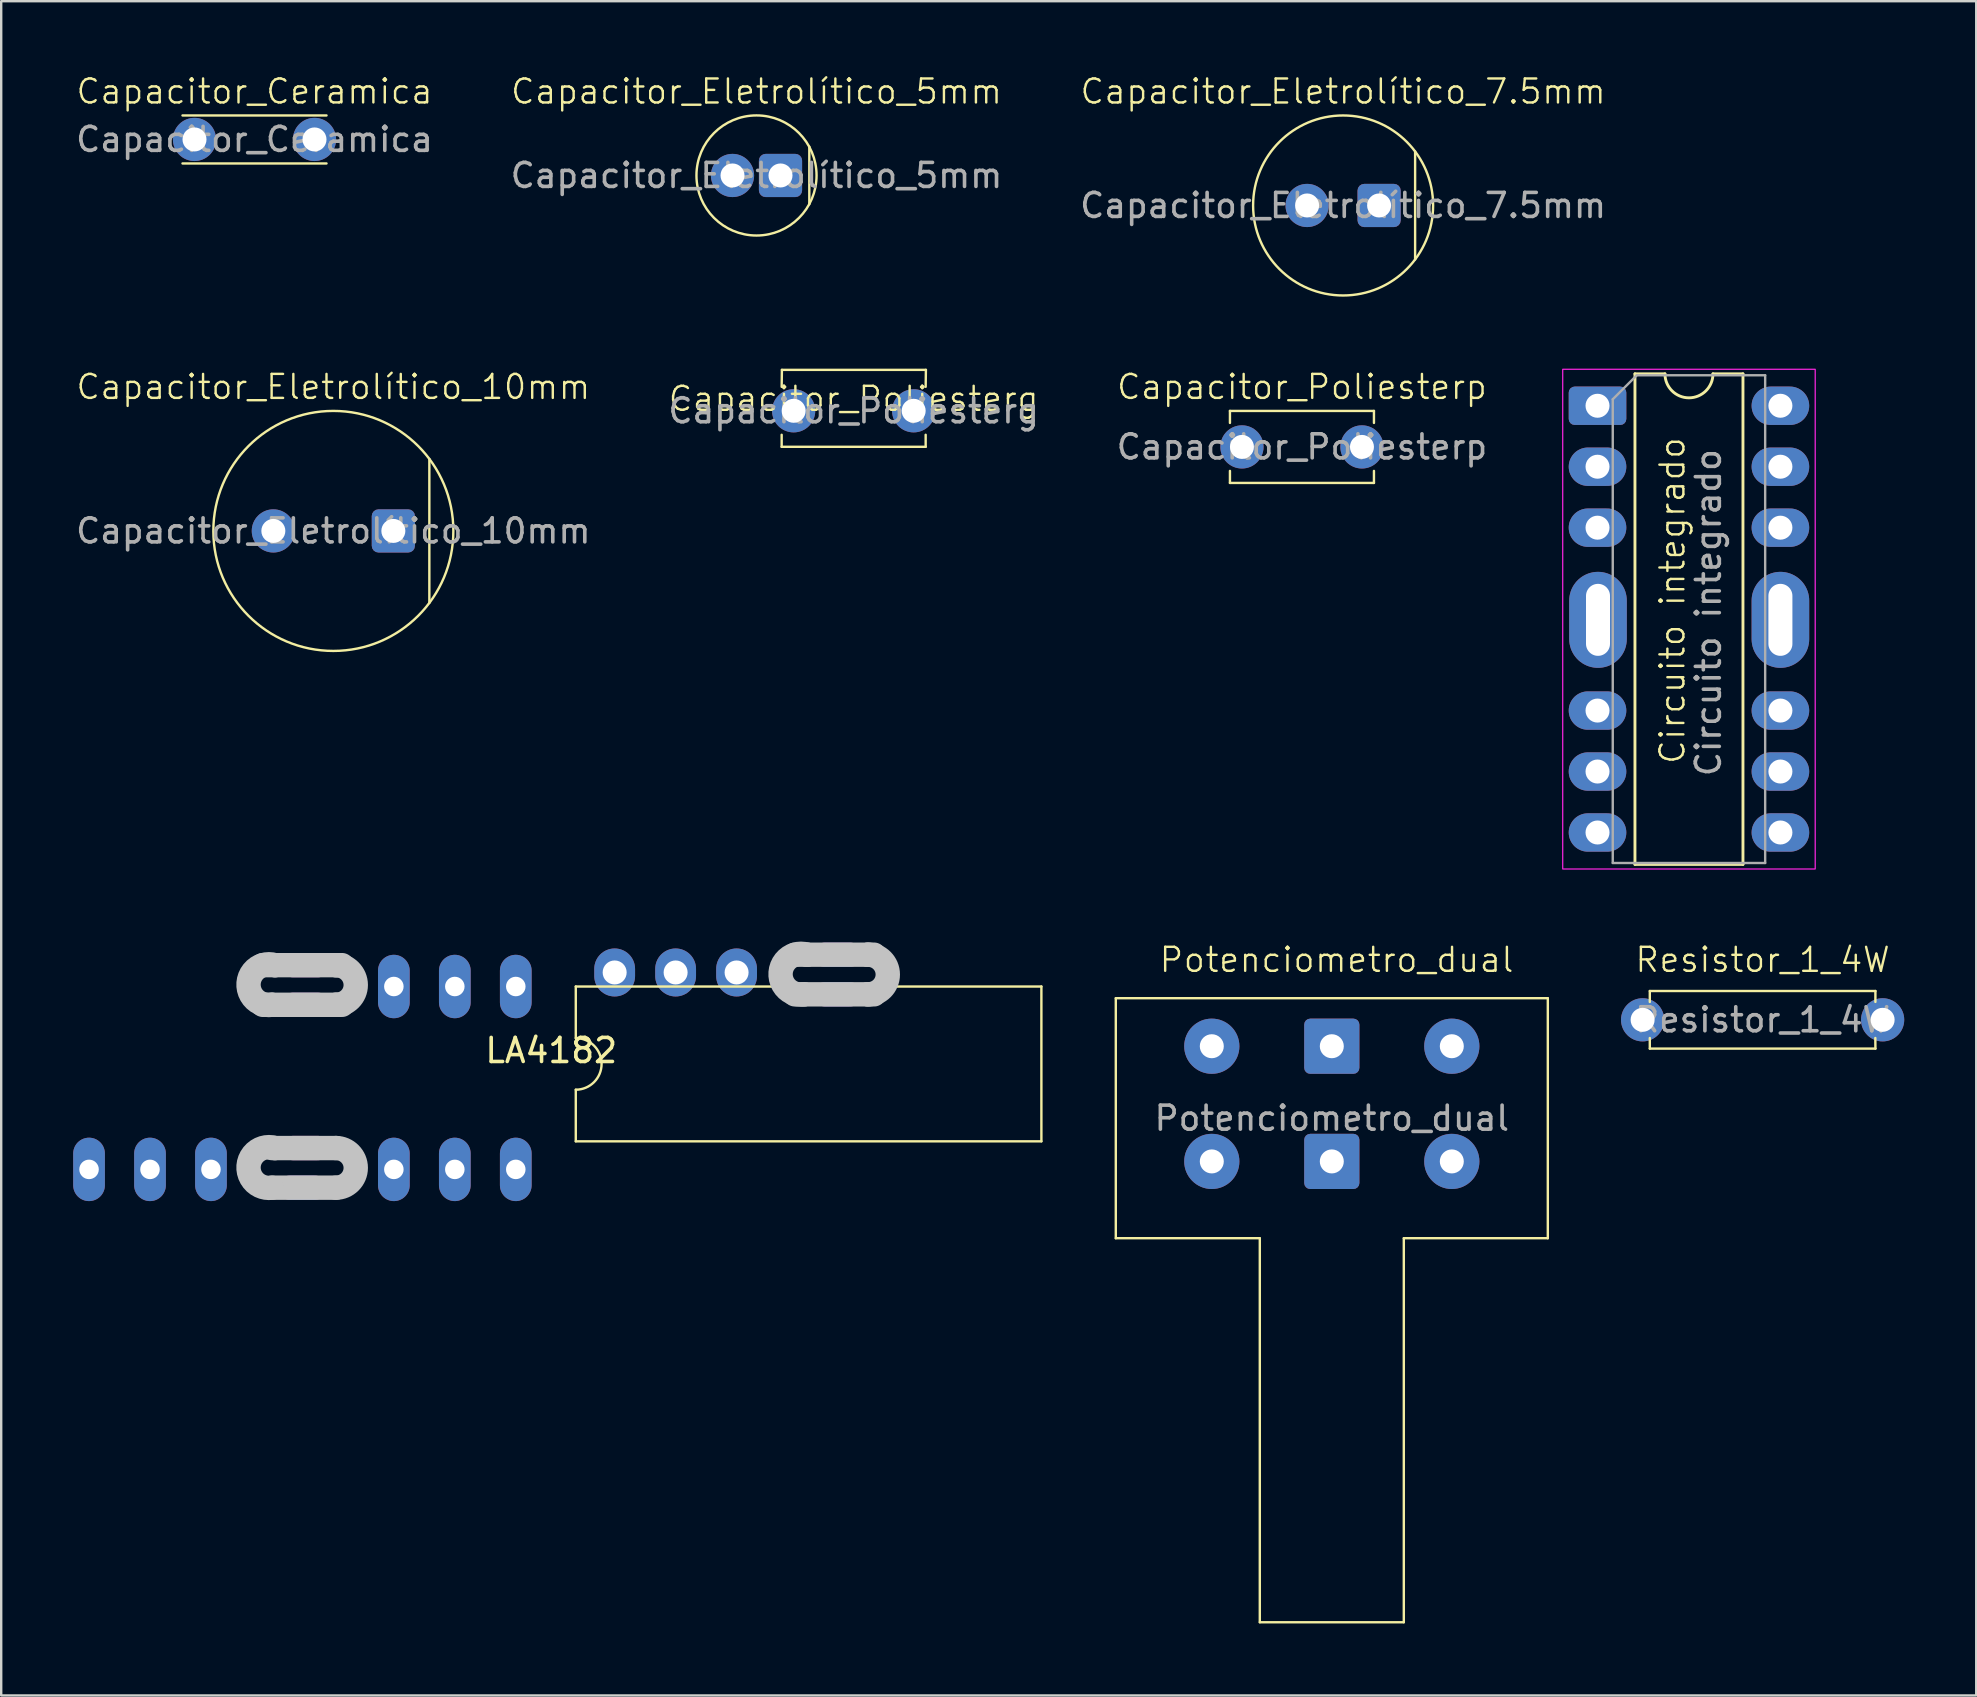
<source format=kicad_pcb>
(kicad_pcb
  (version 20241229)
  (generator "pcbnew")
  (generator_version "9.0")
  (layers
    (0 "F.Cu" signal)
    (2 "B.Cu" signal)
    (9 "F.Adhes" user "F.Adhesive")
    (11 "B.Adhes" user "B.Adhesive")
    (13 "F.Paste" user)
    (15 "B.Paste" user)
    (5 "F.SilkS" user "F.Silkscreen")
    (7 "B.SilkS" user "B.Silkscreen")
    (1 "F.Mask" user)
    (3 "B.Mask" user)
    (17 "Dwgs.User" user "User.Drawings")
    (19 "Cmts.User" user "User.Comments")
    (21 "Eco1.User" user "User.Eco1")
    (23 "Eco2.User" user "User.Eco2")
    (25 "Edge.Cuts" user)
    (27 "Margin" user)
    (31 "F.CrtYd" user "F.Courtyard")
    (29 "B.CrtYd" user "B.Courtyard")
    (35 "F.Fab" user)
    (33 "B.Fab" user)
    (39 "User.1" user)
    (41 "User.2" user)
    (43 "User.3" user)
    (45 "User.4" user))
  (footprint "Capacitor_Eletrolítico_5mm"
    (layer "F.Cu")
    (at 28.47 4.261)
    (property "Reference" "Capacitor_Eletrolítico_5mm" (at 0 -3.5 0) (unlocked yes) (layer "F.SilkS") (effects (font (size 1 1) (thickness 0.1))))
    (attr through_hole)
    (fp_line (start 2.2 1.2) (end 2.2 -1.2) (stroke (width 0.1) (type default)) (layer "F.SilkS"))
    (fp_circle (center 0 0) (end 2.502 0) (stroke (width 0.1) (type solid)) (fill no) (layer "F.SilkS"))
    (fp_text user "${REFERENCE}" (at 0 0 0) (unlocked yes) (layer "F.Fab") (effects (font (size 1 1) (thickness 0.15))))
    (pad "1" thru_hole roundrect (at 1 0 180) (size 1.8 1.8) (drill 1) (layers "*.Cu" "*.Mask") (roundrect_rratio 0.156))
    (pad "2" thru_hole circle (at -1 0 180) (size 1.8 1.8) (drill 1) (layers "*.Cu" "*.Mask")))
  (footprint "Capacitor_Ceramica"
    (layer "F.Cu")
    (at 7.554 2.76)
    (property "Reference" "Capacitor_Ceramica" (at 0 -2 0) (unlocked yes) (layer "F.SilkS") (effects (font (size 1 1) (thickness 0.1))))
    (attr through_hole)
    (fp_line (start -3 -1) (end 3 -1) (stroke (width 0.1) (type default)) (layer "F.SilkS"))
    (fp_line (start 3 1) (end -3 1) (stroke (width 0.1) (type default)) (layer "F.SilkS"))
    (fp_text user "${REFERENCE}" (at 0 0 0) (unlocked yes) (layer "F.Fab") (effects (font (size 1 1) (thickness 0.15))))
    (pad "1" thru_hole circle (at -2.5 0 180) (size 1.8 1.8) (drill 1) (layers "*.Cu" "*.Mask"))
    (pad "2" thru_hole circle (at 2.5 0 180) (size 1.8 1.8) (drill 1) (layers "*.Cu" "*.Mask")))
  (footprint "Resistor_1_4W"
    (layer "F.Cu")
    (at 70.39 39.441)
    (property "Reference" "Resistor_1_4W" (at 0 -2.5 0) (unlocked yes) (layer "F.SilkS") (effects (font (size 1 1) (thickness 0.1))))
    (attr through_hole)
    (fp_line (start -4.7 -1.2) (end -4.701 -0.744) (stroke (width 0.1) (type default)) (layer "F.SilkS"))
    (fp_line (start -4.7 -1.2) (end 4.7 -1.2) (stroke (width 0.1) (type default)) (layer "F.SilkS"))
    (fp_line (start -4.7 1.2) (end -4.701 0.759) (stroke (width 0.1) (type default)) (layer "F.SilkS"))
    (fp_line (start 4.7 -1.2) (end 4.699 -0.747) (stroke (width 0.1) (type default)) (layer "F.SilkS"))
    (fp_line (start 4.7 1.2) (end -4.7 1.2) (stroke (width 0.1) (type default)) (layer "F.SilkS"))
    (fp_line (start 4.7 1.2) (end 4.696 0.758) (stroke (width 0.1) (type default)) (layer "F.SilkS"))
    (fp_text user "${REFERENCE}" (at 0 0 0) (unlocked yes) (layer "F.Fab") (effects (font (size 1 1) (thickness 0.15))))
    (pad "1" thru_hole circle (at -5 0 180) (size 1.8 1.8) (drill 1) (layers "*.Cu" "*.Mask"))
    (pad "2" thru_hole circle (at 5 0 180) (size 1.8 1.8) (drill 1) (layers "*.Cu" "*.Mask")))
  (footprint "Capacitor_Poliesterp"
    (layer "F.Cu")
    (at 51.196 15.571)
    (property "Reference" "Capacitor_Poliesterp" (at 0 -2.5 0) (unlocked yes) (layer "F.SilkS") (effects (font (size 1 1) (thickness 0.1))))
    (attr smd)
    (fp_line (start -3 -1.5) (end -3 -1) (stroke (width 0.1) (type default)) (layer "F.SilkS"))
    (fp_line (start -3 -1.5) (end 3 -1.5) (stroke (width 0.1) (type default)) (layer "F.SilkS"))
    (fp_line (start -3 1.5) (end -3 1) (stroke (width 0.1) (type default)) (layer "F.SilkS"))
    (fp_line (start 3 -1.5) (end 3 -1) (stroke (width 0.1) (type default)) (layer "F.SilkS"))
    (fp_line (start 3 1.5) (end -3 1.5) (stroke (width 0.1) (type default)) (layer "F.SilkS"))
    (fp_line (start 3 1.5) (end 3 1) (stroke (width 0.1) (type default)) (layer "F.SilkS"))
    (fp_text user "${REFERENCE}" (at 0 0 0) (unlocked yes) (layer "F.Fab") (effects (font (size 1 1) (thickness 0.15))))
    (pad "1" thru_hole circle (at -2.5 0 180) (size 1.8 1.8) (drill 1) (layers "*.Cu" "*.Mask"))
    (pad "2" thru_hole circle (at 2.5 0 180) (size 1.8 1.8) (drill 1) (layers "*.Cu" "*.Mask")))
  (footprint "Capacitor_Eletrolítico_7.5mm"
    (layer "F.Cu")
    (at 52.911 5.511)
    (property "Reference" "Capacitor_Eletrolítico_7.5mm" (at 0 -4.75 0) (unlocked yes) (layer "F.SilkS") (effects (font (size 1 1) (thickness 0.1))))
    (attr through_hole)
    (fp_line (start 3 2.25) (end 3 -2.25) (stroke (width 0.1) (type default)) (layer "F.SilkS"))
    (fp_circle (center 0 0) (end 3.75 0) (stroke (width 0.1) (type solid)) (fill no) (layer "F.SilkS"))
    (fp_text user "${REFERENCE}" (at 0 0 0) (unlocked yes) (layer "F.Fab") (effects (font (size 1 1) (thickness 0.15))))
    (pad "1" thru_hole roundrect (at 1.5 0 180) (size 1.8 1.8) (drill 1) (layers "*.Cu" "*.Mask") (roundrect_rratio 0.156))
    (pad "2" thru_hole circle (at -1.5 0 180) (size 1.8 1.8) (drill 1) (layers "*.Cu" "*.Mask")))
  (footprint "Potenciometro_dual"
    (layer "F.Cu")
    (at 52.44 43.541)
    (property "Reference" "Potenciometro_dual" (at 0.2 -6.6 0) (unlocked yes) (layer "F.SilkS") (effects (font (size 1 1) (thickness 0.1))))
    (attr through_hole)
    (fp_line (start -9 -5) (end -9 5) (stroke (width 0.1) (type default)) (layer "F.SilkS"))
    (fp_line (start -9 5) (end -3 5) (stroke (width 0.1) (type default)) (layer "F.SilkS"))
    (fp_line (start -3 5) (end -3 21) (stroke (width 0.1) (type default)) (layer "F.SilkS"))
    (fp_line (start -3 21) (end 3 21) (stroke (width 0.1) (type solid)) (layer "F.SilkS"))
    (fp_line (start 3 5) (end 9 5) (stroke (width 0.1) (type default)) (layer "F.SilkS"))
    (fp_line (start 3 21) (end 3 5) (stroke (width 0.1) (type default)) (layer "F.SilkS"))
    (fp_line (start 9 -5) (end -9 -5) (stroke (width 0.1) (type default)) (layer "F.SilkS"))
    (fp_line (start 9 5) (end 9 -5) (stroke (width 0.1) (type default)) (layer "F.SilkS"))
    (fp_text user "${REFERENCE}" (at 0 0 0) (unlocked yes) (layer "F.Fab") (effects (font (size 1 1) (thickness 0.15))))
    (pad "1" thru_hole circle (at -5 1.8 180) (size 2.3 2.3) (drill 1) (layers "*.Cu" "*.Mask"))
    (pad "2" thru_hole roundrect (at 0 1.8 180) (size 2.3 2.3) (drill 1) (layers "*.Cu" "*.Mask") (roundrect_rratio 0.109))
    (pad "3" thru_hole circle (at 5 1.8 180) (size 2.3 2.3) (drill 1) (layers "*.Cu" "*.Mask"))
    (pad "4" thru_hole circle (at -5 -3 180) (size 2.3 2.3) (drill 1) (layers "*.Cu" "*.Mask"))
    (pad "5" thru_hole roundrect (at 0 -3 180) (size 2.3 2.3) (drill 1) (layers "*.Cu" "*.Mask") (roundrect_rratio 0.109))
    (pad "6" thru_hole circle (at 5 -3 180) (size 2.3 2.3) (drill 1) (layers "*.Cu" "*.Mask")))
  (footprint "Circuito integrado"
    (layer "F.Cu")
    (at 67.131 22.476)
    (property "Reference" "Circuito integrado" (at -0.5 -0.5 90) (unlocked yes) (layer "F.SilkS") (effects (font (size 1 1) (thickness 0.1))))
    (attr through_hole)
    (fp_line (start -2.06 -9.95) (end -2.06 10.49) (stroke (width 0.12) (type solid)) (layer "F.SilkS"))
    (fp_line (start -2.06 10.49) (end 2.44 10.49) (stroke (width 0.12) (type solid)) (layer "F.SilkS"))
    (fp_line (start -0.81 -9.95) (end -2.06 -9.95) (stroke (width 0.12) (type solid)) (layer "F.SilkS"))
    (fp_line (start 2.44 -9.95) (end 1.19 -9.95) (stroke (width 0.12) (type solid)) (layer "F.SilkS"))
    (fp_line (start 2.44 10.49) (end 2.44 -9.95) (stroke (width 0.12) (type solid)) (layer "F.SilkS"))
    (fp_arc (start 1.19 -9.95) (mid 0.19 -8.95) (end -0.81 -9.95) (stroke (width 0.12) (type solid)) (layer "F.SilkS"))
    (fp_rect (start -5.07 -10.14) (end 5.45 10.68) (stroke (width 0.05) (type solid)) (fill no) (layer "F.CrtYd"))
    (fp_line (start -2.985 -8.89) (end -1.985 -9.89) (stroke (width 0.1) (type solid)) (layer "F.Fab"))
    (fp_line (start -2.985 10.43) (end -2.985 -8.89) (stroke (width 0.1) (type solid)) (layer "F.Fab"))
    (fp_line (start -1.985 -9.89) (end 3.365 -9.89) (stroke (width 0.1) (type solid)) (layer "F.Fab"))
    (fp_line (start 3.365 -9.89) (end 3.365 10.43) (stroke (width 0.1) (type solid)) (layer "F.Fab"))
    (fp_line (start 3.365 10.43) (end -2.985 10.43) (stroke (width 0.1) (type solid)) (layer "F.Fab"))
    (fp_text user "${REFERENCE}" (at 1 0 90) (unlocked yes) (layer "F.Fab") (effects (font (size 1 1) (thickness 0.15))))
    (pad "1" thru_hole roundrect (at -3.62 -8.62) (size 2.4 1.6) (drill 1) (layers "*.Cu" "*.Mask") (roundrect_rratio 0.156))
    (pad "2" thru_hole oval (at -3.62 -6.08) (size 2.4 1.6) (drill 1) (layers "*.Cu" "*.Mask"))
    (pad "3" thru_hole oval (at -3.62 -3.54) (size 2.4 1.6) (drill 1) (layers "*.Cu" "*.Mask"))
    (pad "4" thru_hole oval (at -3.62 4.08) (size 2.4 1.6) (drill 1) (layers "*.Cu" "*.Mask"))
    (pad "5" thru_hole oval (at -3.62 6.62) (size 2.4 1.6) (drill 1) (layers "*.Cu" "*.Mask"))
    (pad "6" thru_hole oval (at -3.62 9.16) (size 2.4 1.6) (drill 1) (layers "*.Cu" "*.Mask"))
    (pad "7" thru_hole oval (at 4 9.16) (size 2.4 1.6) (drill 1) (layers "*.Cu" "*.Mask"))
    (pad "8" thru_hole oval (at 4 6.62) (size 2.4 1.6) (drill 1) (layers "*.Cu" "*.Mask"))
    (pad "9" thru_hole oval (at 4 4.08) (size 2.4 1.6) (drill 1) (layers "*.Cu" "*.Mask"))
    (pad "10" thru_hole oval (at 4 -3.54) (size 2.4 1.6) (drill 1) (layers "*.Cu" "*.Mask"))
    (pad "11" thru_hole oval (at 4 -6.08) (size 2.4 1.6) (drill 1) (layers "*.Cu" "*.Mask"))
    (pad "12" thru_hole oval (at 4 -8.62) (size 2.4 1.6) (drill 1) (layers "*.Cu" "*.Mask"))
    (pad "P$1" thru_hole oval (at -3.6 0.3) (size 2.4 4) (drill oval 1 3) (layers "*.Cu" "*.Mask"))
    (pad "P$4" thru_hole oval (at 4 0.3) (size 2.4 4) (drill oval 1 3) (layers "*.Cu" "*.Mask")))
  (footprint "Capacitor_Poliesterg"
    (layer "F.Cu")
    (at 32.518 14.066)
    (property "Reference" "Capacitor_Poliesterg" (at 0 -0.5 0) (unlocked yes) (layer "F.SilkS") (effects (font (size 1 1) (thickness 0.1))))
    (attr through_hole)
    (fp_line (start -3 1.5) (end -3 1) (stroke (width 0.1) (type default)) (layer "F.SilkS"))
    (fp_line (start -2.99 -1.705) (end -3 -1) (stroke (width 0.1) (type default)) (layer "F.SilkS"))
    (fp_line (start -2.99 -1.705) (end 3.01 -1.705) (stroke (width 0.1) (type default)) (layer "F.SilkS"))
    (fp_line (start 3 1.5) (end -3 1.5) (stroke (width 0.1) (type default)) (layer "F.SilkS"))
    (fp_line (start 3 1.5) (end 3 1) (stroke (width 0.1) (type default)) (layer "F.SilkS"))
    (fp_line (start 3.01 -1.705) (end 3 -1) (stroke (width 0.1) (type default)) (layer "F.SilkS"))
    (fp_text user "${REFERENCE}" (at 0 0 0) (unlocked yes) (layer "F.Fab") (effects (font (size 1 1) (thickness 0.15))))
    (pad "1" thru_hole circle (at -2.5 0 180) (size 1.8 1.8) (drill 1) (layers "*.Cu" "*.Mask"))
    (pad "2" thru_hole circle (at 2.5 0 180) (size 1.8 1.8) (drill 1) (layers "*.Cu" "*.Mask")))
  (footprint "Capacitor_Eletrolítico_10mm"
    (layer "F.Cu")
    (at 10.839 19.071)
    (property "Reference" "Capacitor_Eletrolítico_10mm" (at 0 -6 0) (unlocked yes) (layer "F.SilkS") (effects (font (size 1 1) (thickness 0.1))))
    (attr through_hole)
    (fp_line (start 4 3) (end 4 -3) (stroke (width 0.1) (type default)) (layer "F.SilkS"))
    (fp_circle (center 0 0) (end 5 0) (stroke (width 0.1) (type solid)) (fill no) (layer "F.SilkS"))
    (fp_text user "${REFERENCE}" (at 0 0 0) (unlocked yes) (layer "F.Fab") (effects (font (size 1 1) (thickness 0.15))))
    (pad "1" thru_hole roundrect (at 2.5 0 180) (size 1.8 1.8) (drill 1) (layers "*.Cu" "*.Mask") (roundrect_rratio 0.156))
    (pad "2" thru_hole circle (at -2.5 0 180) (size 1.8 1.8) (drill 1) (layers "*.Cu" "*.Mask")))
  (footprint "LA4182"
    (layer "F.Cu")
    (at 20.94 38.053)
    (property "Reference" "LA4182" (at -1.022 2.667 180) (layer "F.SilkS") (effects (font (size 1.001 1.001) (thickness 0.15))))
    (attr through_hole)
    (fp_line (start 0 0) (end 0 2.15) (stroke (width 0.1) (type solid)) (layer "F.SilkS"))
    (fp_line (start 0 0) (end 19.4 0) (stroke (width 0.1) (type solid)) (layer "F.SilkS"))
    (fp_line (start 0 4.3) (end 0 6.45) (stroke (width 0.1) (type solid)) (layer "F.SilkS"))
    (fp_line (start 0 6.45) (end 19.4 6.45) (stroke (width 0.1) (type solid)) (layer "F.SilkS"))
    (fp_line (start 19.4 0) (end 19.4 6.45) (stroke (width 0.1) (type solid)) (layer "F.SilkS"))
    (fp_arc (start 0 2.15) (mid 1.075 3.225) (end 0 4.3) (stroke (width 0.1) (type solid)) (layer "F.SilkS"))
    (fp_line (start -13.041 -0.889) (end -12.533 -0.889) (stroke (width 1.016) (type solid)) (layer "Dwgs.User"))
    (fp_line (start -13.041 0.762) (end -12.66 0.762) (stroke (width 1.016) (type solid)) (layer "Dwgs.User"))
    (fp_line (start -12.66 0.762) (end -9.993 0.762) (stroke (width 1.016) (type solid)) (layer "Dwgs.User"))
    (fp_line (start -12.66 6.731) (end -12.533 6.731) (stroke (width 1.016) (type solid)) (layer "Dwgs.User"))
    (fp_line (start -12.66 8.382) (end -9.993 8.382) (stroke (width 1.016) (type solid)) (layer "Dwgs.User"))
    (fp_line (start -12.533 -0.889) (end -9.993 -0.889) (stroke (width 1.016) (type solid)) (layer "Dwgs.User"))
    (fp_line (start -12.533 6.731) (end -9.993 6.731) (stroke (width 1.016) (type solid)) (layer "Dwgs.User"))
    (fp_line (start -9.993 -0.889) (end -9.739 -0.889) (stroke (width 1.016) (type solid)) (layer "Dwgs.User"))
    (fp_line (start -9.993 0.762) (end -9.739 0.762) (stroke (width 1.016) (type solid)) (layer "Dwgs.User"))
    (fp_line (start 9.127 -1.325) (end 9.634 -1.325) (stroke (width 1.016) (type solid)) (layer "Dwgs.User"))
    (fp_line (start 9.127 0.326) (end 9.508 0.326) (stroke (width 1.016) (type solid)) (layer "Dwgs.User"))
    (fp_line (start 9.508 0.326) (end 12.175 0.326) (stroke (width 1.016) (type solid)) (layer "Dwgs.User"))
    (fp_line (start 9.634 -1.325) (end 12.175 -1.325) (stroke (width 1.016) (type solid)) (layer "Dwgs.User"))
    (fp_line (start 12.175 -1.325) (end 12.428 -1.325) (stroke (width 1.016) (type solid)) (layer "Dwgs.User"))
    (fp_line (start 12.175 0.326) (end 12.428 0.326) (stroke (width 1.016) (type solid)) (layer "Dwgs.User"))
    (fp_arc (start -12.66 0.762) (mid -13.632893 -0.143223) (end -12.532999 -0.889) (stroke (width 1.016) (type solid)) (layer "Dwgs.User"))
    (fp_arc (start -12.66 8.382) (mid -13.632893 7.476777) (end -12.532999 6.731) (stroke (width 1.016) (type solid)) (layer "Dwgs.User"))
    (fp_arc (start -9.993 -0.889) (mid -9.1675 -0.0635) (end -9.993 0.762) (stroke (width 1.016) (type solid)) (layer "Dwgs.User"))
    (fp_arc (start -9.993 6.731) (mid -9.1675 7.5565) (end -9.993 8.382) (stroke (width 1.016) (type solid)) (layer "Dwgs.User"))
    (fp_arc (start 9.5075 0.3255) (mid 8.534607 -0.579723) (end 9.634501 -1.3255) (stroke (width 1.016) (type solid)) (layer "Dwgs.User"))
    (fp_arc (start 12.1745 -1.3255) (mid 13 -0.5) (end 12.1745 0.3255) (stroke (width 1.016) (type solid)) (layer "Dwgs.User"))
    (pad "1" thru_hole oval (at -20.28 7.62) (size 1.321 2.642) (drill 0.813) (layers "*.Cu" "*.Mask"))
    (pad "2" thru_hole oval (at -17.74 7.62) (size 1.321 2.642) (drill 0.813) (layers "*.Cu" "*.Mask"))
    (pad "3" thru_hole oval (at -15.2 7.62) (size 1.321 2.642) (drill 0.813) (layers "*.Cu" "*.Mask"))
    (pad "4" thru_hole oval (at -7.58 7.62) (size 1.321 2.642) (drill 0.813) (layers "*.Cu" "*.Mask"))
    (pad "5" thru_hole oval (at -5.04 7.62) (size 1.321 2.642) (drill 0.813) (layers "*.Cu" "*.Mask"))
    (pad "6" thru_hole oval (at -2.5 7.62) (size 1.321 2.642) (drill 0.813) (layers "*.Cu" "*.Mask"))
    (pad "7" thru_hole oval (at -2.5 0) (size 1.321 2.642) (drill 0.813) (layers "*.Cu" "*.Mask"))
    (pad "8" thru_hole oval (at -5.04 0) (size 1.321 2.642) (drill 0.813) (layers "*.Cu" "*.Mask"))
    (pad "9" thru_hole oval (at -7.58 0) (size 1.321 2.642) (drill 0.813) (layers "*.Cu" "*.Mask"))
    (pad "10" thru_hole oval (at 6.7 -0.585) (size 1.7 2) (drill 1) (layers "*.Cu" "*.Mask"))
    (pad "11" thru_hole oval (at 4.16 -0.585) (size 1.7 2) (drill 1) (layers "*.Cu" "*.Mask"))
    (pad "12" thru_hole oval (at 1.62 -0.585) (size 1.7 2) (drill 1) (layers "*.Cu" "*.Mask"))
    (pad "P$1" thru_hole oval (at -11.263 -0.889) (size 2.032 1.016) (drill 0.003) (layers "*.Cu" "*.Mask"))
    (pad "P$1" thru_hole oval (at 10.905 -1.325) (size 2.032 1.016) (drill 0.003) (layers "*.Cu" "*.Mask"))
    (pad "P$2" thru_hole oval (at -11.263 0.762) (size 2.032 1.016) (drill 0.003) (layers "*.Cu" "*.Mask"))
    (pad "P$2" thru_hole oval (at 10.905 0.326) (size 2.032 1.016) (drill 0.003) (layers "*.Cu" "*.Mask"))
    (pad "P$3" thru_hole oval (at -11.263 6.731) (size 2.032 1.016) (drill 0.003) (layers "*.Cu" "*.Mask"))
    (pad "P$4" thru_hole oval (at -11.39 8.382) (size 2.032 1.016) (drill 0.003) (layers "*.Cu" "*.Mask")))
  (gr_rect
    (start -3 -3)
    (end 79.29 67.591)
    (stroke (width 0.1) (type default))
    (fill no)
    (layer "Edge.Cuts")))
</source>
